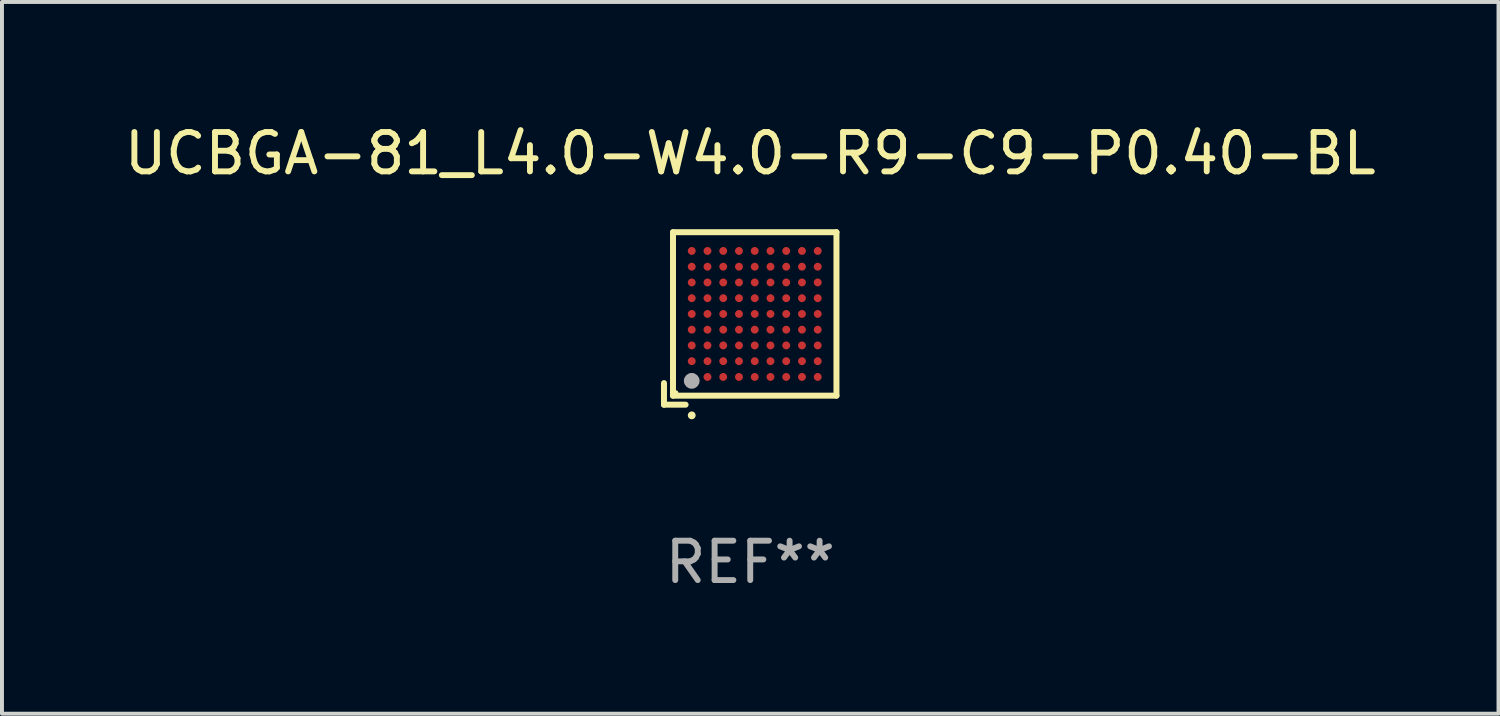
<source format=kicad_pcb>
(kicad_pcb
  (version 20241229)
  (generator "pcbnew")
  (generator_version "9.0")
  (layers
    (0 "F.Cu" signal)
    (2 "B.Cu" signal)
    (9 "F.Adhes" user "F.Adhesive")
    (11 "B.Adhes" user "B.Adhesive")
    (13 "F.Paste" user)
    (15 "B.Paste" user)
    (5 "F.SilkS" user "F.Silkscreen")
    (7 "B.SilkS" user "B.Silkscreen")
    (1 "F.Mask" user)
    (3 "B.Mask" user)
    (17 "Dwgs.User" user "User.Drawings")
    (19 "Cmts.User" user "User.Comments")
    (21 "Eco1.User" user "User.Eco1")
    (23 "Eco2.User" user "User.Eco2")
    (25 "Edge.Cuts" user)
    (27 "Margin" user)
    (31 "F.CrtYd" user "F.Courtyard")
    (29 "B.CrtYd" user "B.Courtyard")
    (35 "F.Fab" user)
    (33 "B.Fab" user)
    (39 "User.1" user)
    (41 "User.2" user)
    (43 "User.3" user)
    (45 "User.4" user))
  (footprint "UCBGA-81_L4.0-W4.0-R9-C9-P0.40-BL"
    (layer "F.Cu")
    (at 16.12 4.924)
    (property "Reference" "UCBGA-81_L4.0-W4.0-R9-C9-P0.40-BL" (at -0.114 -4.076 0) (layer "F.SilkS") (effects (font (size 1 1) (thickness 0.15))))
    (attr smd)
    (fp_line (start -2.305 1.756) (end -2.305 2.305) (stroke (width 0.152) (type solid)) (layer "F.SilkS"))
    (fp_line (start -2.305 2.305) (end -1.756 2.305) (stroke (width 0.152) (type solid)) (layer "F.SilkS"))
    (fp_line (start -2.076 -2.076) (end 2.076 -2.076) (stroke (width 0.152) (type solid)) (layer "F.SilkS"))
    (fp_line (start -2.076 2.076) (end -2.076 -2.076) (stroke (width 0.152) (type solid)) (layer "F.SilkS"))
    (fp_line (start 2.076 -2.076) (end 2.076 2.076) (stroke (width 0.152) (type solid)) (layer "F.SilkS"))
    (fp_line (start 2.076 2.076) (end -2.076 2.076) (stroke (width 0.152) (type solid)) (layer "F.SilkS"))
    (fp_circle (center -2 2) (end -1.97 2) (stroke (width 0.06) (type solid)) (fill no) (layer "F.SilkS"))
    (fp_circle (center -1.6 2.576) (end -1.55 2.576) (stroke (width 0.1) (type solid)) (fill no) (layer "F.SilkS"))
    (fp_circle (center -1.6 1.7) (end -1.5 1.7) (stroke (width 0.2) (type solid)) (fill no) (layer "F.Fab"))
    (fp_text user "REF**" (at -0.114 6.305 0) (layer "F.Fab") (effects (font (size 1 1) (thickness 0.15))))
    (pad "A1" smd circle (at -1.6 1.6) (size 0.2 0.2) (layers "F.Cu" "F.Mask" "F.Paste"))
    (pad "A2" smd circle (at -1.6 1.2) (size 0.2 0.2) (layers "F.Cu" "F.Mask" "F.Paste"))
    (pad "A3" smd circle (at -1.6 0.8) (size 0.2 0.2) (layers "F.Cu" "F.Mask" "F.Paste"))
    (pad "A4" smd circle (at -1.6 0.4) (size 0.2 0.2) (layers "F.Cu" "F.Mask" "F.Paste"))
    (pad "A5" smd circle (at -1.6 0) (size 0.2 0.2) (layers "F.Cu" "F.Mask" "F.Paste"))
    (pad "A6" smd circle (at -1.6 -0.4) (size 0.2 0.2) (layers "F.Cu" "F.Mask" "F.Paste"))
    (pad "A7" smd circle (at -1.6 -0.8) (size 0.2 0.2) (layers "F.Cu" "F.Mask" "F.Paste"))
    (pad "A8" smd circle (at -1.6 -1.2) (size 0.2 0.2) (layers "F.Cu" "F.Mask" "F.Paste"))
    (pad "A9" smd circle (at -1.6 -1.6) (size 0.2 0.2) (layers "F.Cu" "F.Mask" "F.Paste"))
    (pad "B1" smd circle (at -1.2 1.6) (size 0.2 0.2) (layers "F.Cu" "F.Mask" "F.Paste"))
    (pad "B2" smd circle (at -1.2 1.2) (size 0.2 0.2) (layers "F.Cu" "F.Mask" "F.Paste"))
    (pad "B3" smd circle (at -1.2 0.8) (size 0.2 0.2) (layers "F.Cu" "F.Mask" "F.Paste"))
    (pad "B4" smd circle (at -1.2 0.4) (size 0.2 0.2) (layers "F.Cu" "F.Mask" "F.Paste"))
    (pad "B5" smd circle (at -1.2 0) (size 0.2 0.2) (layers "F.Cu" "F.Mask" "F.Paste"))
    (pad "B6" smd circle (at -1.2 -0.4) (size 0.2 0.2) (layers "F.Cu" "F.Mask" "F.Paste"))
    (pad "B7" smd circle (at -1.2 -0.8) (size 0.2 0.2) (layers "F.Cu" "F.Mask" "F.Paste"))
    (pad "B8" smd circle (at -1.2 -1.2) (size 0.2 0.2) (layers "F.Cu" "F.Mask" "F.Paste"))
    (pad "B9" smd circle (at -1.2 -1.6) (size 0.2 0.2) (layers "F.Cu" "F.Mask" "F.Paste"))
    (pad "C1" smd circle (at -0.8 1.6) (size 0.2 0.2) (layers "F.Cu" "F.Mask" "F.Paste"))
    (pad "C2" smd circle (at -0.8 1.2) (size 0.2 0.2) (layers "F.Cu" "F.Mask" "F.Paste"))
    (pad "C3" smd circle (at -0.8 0.8) (size 0.2 0.2) (layers "F.Cu" "F.Mask" "F.Paste"))
    (pad "C4" smd circle (at -0.8 0.4) (size 0.2 0.2) (layers "F.Cu" "F.Mask" "F.Paste"))
    (pad "C5" smd circle (at -0.8 0) (size 0.2 0.2) (layers "F.Cu" "F.Mask" "F.Paste"))
    (pad "C6" smd circle (at -0.8 -0.4) (size 0.2 0.2) (layers "F.Cu" "F.Mask" "F.Paste"))
    (pad "C7" smd circle (at -0.8 -0.8) (size 0.2 0.2) (layers "F.Cu" "F.Mask" "F.Paste"))
    (pad "C8" smd circle (at -0.8 -1.2) (size 0.2 0.2) (layers "F.Cu" "F.Mask" "F.Paste"))
    (pad "C9" smd circle (at -0.8 -1.6) (size 0.2 0.2) (layers "F.Cu" "F.Mask" "F.Paste"))
    (pad "D1" smd circle (at -0.4 1.6) (size 0.2 0.2) (layers "F.Cu" "F.Mask" "F.Paste"))
    (pad "D2" smd circle (at -0.4 1.2) (size 0.2 0.2) (layers "F.Cu" "F.Mask" "F.Paste"))
    (pad "D3" smd circle (at -0.4 0.8) (size 0.2 0.2) (layers "F.Cu" "F.Mask" "F.Paste"))
    (pad "D4" smd circle (at -0.4 0.4) (size 0.2 0.2) (layers "F.Cu" "F.Mask" "F.Paste"))
    (pad "D5" smd circle (at -0.4 0) (size 0.2 0.2) (layers "F.Cu" "F.Mask" "F.Paste"))
    (pad "D6" smd circle (at -0.4 -0.4) (size 0.2 0.2) (layers "F.Cu" "F.Mask" "F.Paste"))
    (pad "D7" smd circle (at -0.4 -0.8) (size 0.2 0.2) (layers "F.Cu" "F.Mask" "F.Paste"))
    (pad "D8" smd circle (at -0.4 -1.2) (size 0.2 0.2) (layers "F.Cu" "F.Mask" "F.Paste"))
    (pad "D9" smd circle (at -0.4 -1.6) (size 0.2 0.2) (layers "F.Cu" "F.Mask" "F.Paste"))
    (pad "E1" smd circle (at 0 1.6) (size 0.2 0.2) (layers "F.Cu" "F.Mask" "F.Paste"))
    (pad "E2" smd circle (at 0 1.2) (size 0.2 0.2) (layers "F.Cu" "F.Mask" "F.Paste"))
    (pad "E3" smd circle (at 0 0.8) (size 0.2 0.2) (layers "F.Cu" "F.Mask" "F.Paste"))
    (pad "E4" smd circle (at 0 0.4) (size 0.2 0.2) (layers "F.Cu" "F.Mask" "F.Paste"))
    (pad "E5" smd circle (at 0 0) (size 0.2 0.2) (layers "F.Cu" "F.Mask" "F.Paste"))
    (pad "E6" smd circle (at 0 -0.4) (size 0.2 0.2) (layers "F.Cu" "F.Mask" "F.Paste"))
    (pad "E7" smd circle (at 0 -0.8) (size 0.2 0.2) (layers "F.Cu" "F.Mask" "F.Paste"))
    (pad "E8" smd circle (at 0 -1.2) (size 0.2 0.2) (layers "F.Cu" "F.Mask" "F.Paste"))
    (pad "E9" smd circle (at 0 -1.6) (size 0.2 0.2) (layers "F.Cu" "F.Mask" "F.Paste"))
    (pad "F1" smd circle (at 0.4 1.6) (size 0.2 0.2) (layers "F.Cu" "F.Mask" "F.Paste"))
    (pad "F2" smd circle (at 0.4 1.2) (size 0.2 0.2) (layers "F.Cu" "F.Mask" "F.Paste"))
    (pad "F3" smd circle (at 0.4 0.8) (size 0.2 0.2) (layers "F.Cu" "F.Mask" "F.Paste"))
    (pad "F4" smd circle (at 0.4 0.4) (size 0.2 0.2) (layers "F.Cu" "F.Mask" "F.Paste"))
    (pad "F5" smd circle (at 0.4 0) (size 0.2 0.2) (layers "F.Cu" "F.Mask" "F.Paste"))
    (pad "F6" smd circle (at 0.4 -0.4) (size 0.2 0.2) (layers "F.Cu" "F.Mask" "F.Paste"))
    (pad "F7" smd circle (at 0.4 -0.8) (size 0.2 0.2) (layers "F.Cu" "F.Mask" "F.Paste"))
    (pad "F8" smd circle (at 0.4 -1.2) (size 0.2 0.2) (layers "F.Cu" "F.Mask" "F.Paste"))
    (pad "F9" smd circle (at 0.4 -1.6) (size 0.2 0.2) (layers "F.Cu" "F.Mask" "F.Paste"))
    (pad "G1" smd circle (at 0.8 1.6) (size 0.2 0.2) (layers "F.Cu" "F.Mask" "F.Paste"))
    (pad "G2" smd circle (at 0.8 1.2) (size 0.2 0.2) (layers "F.Cu" "F.Mask" "F.Paste"))
    (pad "G3" smd circle (at 0.8 0.8) (size 0.2 0.2) (layers "F.Cu" "F.Mask" "F.Paste"))
    (pad "G4" smd circle (at 0.8 0.4) (size 0.2 0.2) (layers "F.Cu" "F.Mask" "F.Paste"))
    (pad "G5" smd circle (at 0.8 0) (size 0.2 0.2) (layers "F.Cu" "F.Mask" "F.Paste"))
    (pad "G6" smd circle (at 0.8 -0.4) (size 0.2 0.2) (layers "F.Cu" "F.Mask" "F.Paste"))
    (pad "G7" smd circle (at 0.8 -0.8) (size 0.2 0.2) (layers "F.Cu" "F.Mask" "F.Paste"))
    (pad "G8" smd circle (at 0.8 -1.2) (size 0.2 0.2) (layers "F.Cu" "F.Mask" "F.Paste"))
    (pad "G9" smd circle (at 0.8 -1.6) (size 0.2 0.2) (layers "F.Cu" "F.Mask" "F.Paste"))
    (pad "H1" smd circle (at 1.2 1.6) (size 0.2 0.2) (layers "F.Cu" "F.Mask" "F.Paste"))
    (pad "H2" smd circle (at 1.2 1.2) (size 0.2 0.2) (layers "F.Cu" "F.Mask" "F.Paste"))
    (pad "H3" smd circle (at 1.2 0.8) (size 0.2 0.2) (layers "F.Cu" "F.Mask" "F.Paste"))
    (pad "H4" smd circle (at 1.2 0.4) (size 0.2 0.2) (layers "F.Cu" "F.Mask" "F.Paste"))
    (pad "H5" smd circle (at 1.2 0) (size 0.2 0.2) (layers "F.Cu" "F.Mask" "F.Paste"))
    (pad "H6" smd circle (at 1.2 -0.4) (size 0.2 0.2) (layers "F.Cu" "F.Mask" "F.Paste"))
    (pad "H7" smd circle (at 1.2 -0.8) (size 0.2 0.2) (layers "F.Cu" "F.Mask" "F.Paste"))
    (pad "H8" smd circle (at 1.2 -1.2) (size 0.2 0.2) (layers "F.Cu" "F.Mask" "F.Paste"))
    (pad "H9" smd circle (at 1.2 -1.6) (size 0.2 0.2) (layers "F.Cu" "F.Mask" "F.Paste"))
    (pad "J1" smd circle (at 1.6 1.6) (size 0.2 0.2) (layers "F.Cu" "F.Mask" "F.Paste"))
    (pad "J2" smd circle (at 1.6 1.2) (size 0.2 0.2) (layers "F.Cu" "F.Mask" "F.Paste"))
    (pad "J3" smd circle (at 1.6 0.8) (size 0.2 0.2) (layers "F.Cu" "F.Mask" "F.Paste"))
    (pad "J4" smd circle (at 1.6 0.4) (size 0.2 0.2) (layers "F.Cu" "F.Mask" "F.Paste"))
    (pad "J5" smd circle (at 1.6 0) (size 0.2 0.2) (layers "F.Cu" "F.Mask" "F.Paste"))
    (pad "J6" smd circle (at 1.6 -0.4) (size 0.2 0.2) (layers "F.Cu" "F.Mask" "F.Paste"))
    (pad "J7" smd circle (at 1.6 -0.8) (size 0.2 0.2) (layers "F.Cu" "F.Mask" "F.Paste"))
    (pad "J8" smd circle (at 1.6 -1.2) (size 0.2 0.2) (layers "F.Cu" "F.Mask" "F.Paste"))
    (pad "J9" smd circle (at 1.6 -1.6) (size 0.2 0.2) (layers "F.Cu" "F.Mask" "F.Paste")))
  (gr_rect
    (start -3 -3)
    (end 35.012 15.078)
    (stroke (width 0.1) (type default))
    (fill no)
    (layer "Edge.Cuts")))
</source>
